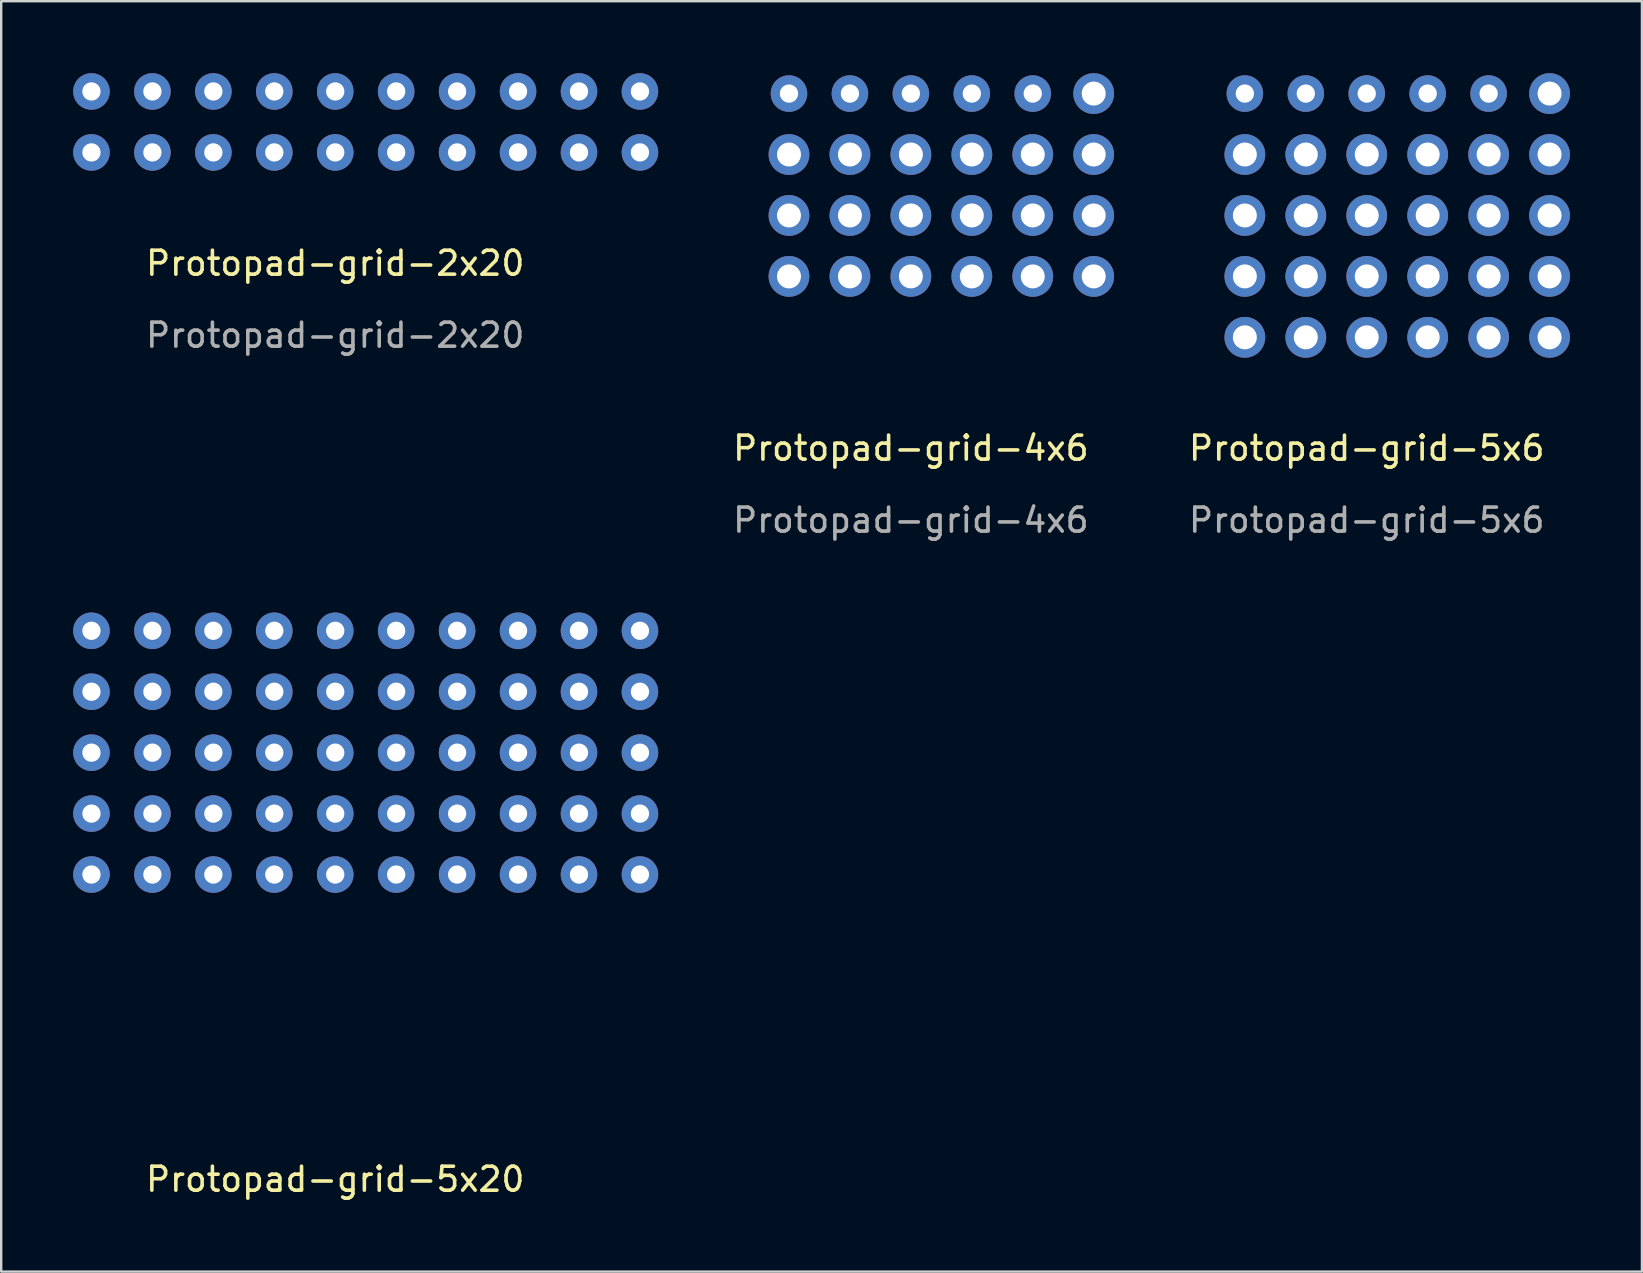
<source format=kicad_pcb>
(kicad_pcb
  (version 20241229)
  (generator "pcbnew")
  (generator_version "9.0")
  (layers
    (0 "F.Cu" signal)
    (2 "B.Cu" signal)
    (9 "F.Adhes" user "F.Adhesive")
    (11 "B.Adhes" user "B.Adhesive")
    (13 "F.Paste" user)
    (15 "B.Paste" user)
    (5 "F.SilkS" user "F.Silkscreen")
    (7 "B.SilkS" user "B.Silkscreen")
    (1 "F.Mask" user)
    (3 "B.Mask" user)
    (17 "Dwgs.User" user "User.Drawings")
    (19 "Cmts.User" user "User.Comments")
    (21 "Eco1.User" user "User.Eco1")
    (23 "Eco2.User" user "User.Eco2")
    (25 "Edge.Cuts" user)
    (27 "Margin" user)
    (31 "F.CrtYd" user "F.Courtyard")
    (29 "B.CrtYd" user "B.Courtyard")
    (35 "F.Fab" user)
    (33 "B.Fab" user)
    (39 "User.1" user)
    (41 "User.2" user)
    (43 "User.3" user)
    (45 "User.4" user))
  (footprint "Protopad-grid-4x6"
    (layer "F.Cu")
    (at 34.914 13.55)
    (property "Reference" "Protopad-grid-4x6" (at 0 2.08 0) (unlocked yes) (layer "F.SilkS") (effects (font (size 1 1) (thickness 0.15))))
    (attr through_hole)
    (fp_text user "${REFERENCE}" (at 0 5.08 0) (unlocked yes) (layer "F.Fab") (effects (font (size 1 1) (thickness 0.15))))
    (pad "1" thru_hole circle (at -5.08 -12.7) (size 1.524 1.524) (drill 0.762) (layers "*.Cu" "*.Mask"))
    (pad "2" thru_hole circle (at -2.54 -12.7) (size 1.524 1.524) (drill 0.762) (layers "*.Cu" "*.Mask"))
    (pad "3" thru_hole circle (at 0 -12.7) (size 1.524 1.524) (drill 0.762) (layers "*.Cu" "*.Mask"))
    (pad "4" thru_hole circle (at 2.54 -12.7) (size 1.524 1.524) (drill 0.762) (layers "*.Cu" "*.Mask"))
    (pad "5" thru_hole circle (at 5.08 -12.7) (size 1.524 1.524) (drill 0.762) (layers "*.Cu" "*.Mask"))
    (pad "6" thru_hole oval (at 7.62 -12.7) (size 1.7 1.7) (drill 1) (layers "*.Cu" "*.Mask"))
    (pad "7" thru_hole oval (at -5.08 -10.16) (size 1.7 1.7) (drill 1) (layers "*.Cu" "*.Mask"))
    (pad "8" thru_hole oval (at -2.54 -10.16) (size 1.7 1.7) (drill 1) (layers "*.Cu" "*.Mask"))
    (pad "9" thru_hole oval (at 0 -10.16) (size 1.7 1.7) (drill 1) (layers "*.Cu" "*.Mask"))
    (pad "10" thru_hole oval (at 2.54 -10.16) (size 1.7 1.7) (drill 1) (layers "*.Cu" "*.Mask"))
    (pad "11" thru_hole oval (at 5.08 -10.16) (size 1.7 1.7) (drill 1) (layers "*.Cu" "*.Mask"))
    (pad "12" thru_hole oval (at 7.62 -10.16) (size 1.7 1.7) (drill 1) (layers "*.Cu" "*.Mask"))
    (pad "13" thru_hole oval (at -5.08 -7.62) (size 1.7 1.7) (drill 1) (layers "*.Cu" "*.Mask"))
    (pad "14" thru_hole oval (at -2.54 -7.62) (size 1.7 1.7) (drill 1) (layers "*.Cu" "*.Mask"))
    (pad "15" thru_hole oval (at 0 -7.62) (size 1.7 1.7) (drill 1) (layers "*.Cu" "*.Mask"))
    (pad "16" thru_hole oval (at 2.54 -7.62) (size 1.7 1.7) (drill 1) (layers "*.Cu" "*.Mask"))
    (pad "17" thru_hole oval (at 5.08 -7.62) (size 1.7 1.7) (drill 1) (layers "*.Cu" "*.Mask"))
    (pad "18" thru_hole oval (at 7.62 -7.62) (size 1.7 1.7) (drill 1) (layers "*.Cu" "*.Mask"))
    (pad "19" thru_hole oval (at -5.08 -5.08) (size 1.7 1.7) (drill 1) (layers "*.Cu" "*.Mask"))
    (pad "20" thru_hole oval (at -2.54 -5.08) (size 1.7 1.7) (drill 1) (layers "*.Cu" "*.Mask"))
    (pad "21" thru_hole oval (at 0 -5.08) (size 1.7 1.7) (drill 1) (layers "*.Cu" "*.Mask"))
    (pad "22" thru_hole oval (at 2.54 -5.08) (size 1.7 1.7) (drill 1) (layers "*.Cu" "*.Mask"))
    (pad "23" thru_hole oval (at 5.08 -5.08) (size 1.7 1.7) (drill 1) (layers "*.Cu" "*.Mask"))
    (pad "24" thru_hole oval (at 7.62 -5.08) (size 1.7 1.7) (drill 1) (layers "*.Cu" "*.Mask")))
  (footprint "Protopad-grid-5x6"
    (layer "F.Cu")
    (at 53.914 13.55)
    (property "Reference" "Protopad-grid-5x6" (at 0 2.08 0) (unlocked yes) (layer "F.SilkS") (effects (font (size 1 1) (thickness 0.15))))
    (attr through_hole)
    (fp_text user "${REFERENCE}" (at 0 5.08 0) (unlocked yes) (layer "F.Fab") (effects (font (size 1 1) (thickness 0.15))))
    (pad "1" thru_hole circle (at -5.08 -12.7) (size 1.524 1.524) (drill 0.762) (layers "*.Cu" "*.Mask"))
    (pad "2" thru_hole circle (at -2.54 -12.7) (size 1.524 1.524) (drill 0.762) (layers "*.Cu" "*.Mask"))
    (pad "3" thru_hole circle (at 0 -12.7) (size 1.524 1.524) (drill 0.762) (layers "*.Cu" "*.Mask"))
    (pad "4" thru_hole circle (at 2.54 -12.7) (size 1.524 1.524) (drill 0.762) (layers "*.Cu" "*.Mask"))
    (pad "5" thru_hole circle (at 5.08 -12.7) (size 1.524 1.524) (drill 0.762) (layers "*.Cu" "*.Mask"))
    (pad "6" thru_hole oval (at 7.62 -12.7) (size 1.7 1.7) (drill 1) (layers "*.Cu" "*.Mask"))
    (pad "7" thru_hole oval (at -5.08 -10.16) (size 1.7 1.7) (drill 1) (layers "*.Cu" "*.Mask"))
    (pad "8" thru_hole oval (at -2.54 -10.16) (size 1.7 1.7) (drill 1) (layers "*.Cu" "*.Mask"))
    (pad "9" thru_hole oval (at 0 -10.16) (size 1.7 1.7) (drill 1) (layers "*.Cu" "*.Mask"))
    (pad "10" thru_hole oval (at 2.54 -10.16) (size 1.7 1.7) (drill 1) (layers "*.Cu" "*.Mask"))
    (pad "11" thru_hole oval (at 5.08 -10.16) (size 1.7 1.7) (drill 1) (layers "*.Cu" "*.Mask"))
    (pad "12" thru_hole oval (at 7.62 -10.16) (size 1.7 1.7) (drill 1) (layers "*.Cu" "*.Mask"))
    (pad "13" thru_hole oval (at -5.08 -7.62) (size 1.7 1.7) (drill 1) (layers "*.Cu" "*.Mask"))
    (pad "14" thru_hole oval (at -2.54 -7.62) (size 1.7 1.7) (drill 1) (layers "*.Cu" "*.Mask"))
    (pad "15" thru_hole oval (at 0 -7.62) (size 1.7 1.7) (drill 1) (layers "*.Cu" "*.Mask"))
    (pad "16" thru_hole oval (at 2.54 -7.62) (size 1.7 1.7) (drill 1) (layers "*.Cu" "*.Mask"))
    (pad "17" thru_hole oval (at 5.08 -7.62) (size 1.7 1.7) (drill 1) (layers "*.Cu" "*.Mask"))
    (pad "18" thru_hole oval (at 7.62 -7.62) (size 1.7 1.7) (drill 1) (layers "*.Cu" "*.Mask"))
    (pad "19" thru_hole oval (at -5.08 -5.08) (size 1.7 1.7) (drill 1) (layers "*.Cu" "*.Mask"))
    (pad "20" thru_hole oval (at -2.54 -5.08) (size 1.7 1.7) (drill 1) (layers "*.Cu" "*.Mask"))
    (pad "21" thru_hole oval (at 0 -5.08) (size 1.7 1.7) (drill 1) (layers "*.Cu" "*.Mask"))
    (pad "22" thru_hole oval (at 2.54 -5.08) (size 1.7 1.7) (drill 1) (layers "*.Cu" "*.Mask"))
    (pad "23" thru_hole oval (at 5.08 -5.08) (size 1.7 1.7) (drill 1) (layers "*.Cu" "*.Mask"))
    (pad "24" thru_hole oval (at 7.62 -5.08) (size 1.7 1.7) (drill 1) (layers "*.Cu" "*.Mask"))
    (pad "25" thru_hole oval (at -5.08 -2.54) (size 1.7 1.7) (drill 1) (layers "*.Cu" "*.Mask"))
    (pad "26" thru_hole oval (at -2.54 -2.54) (size 1.7 1.7) (drill 1) (layers "*.Cu" "*.Mask"))
    (pad "27" thru_hole oval (at 0 -2.54) (size 1.7 1.7) (drill 1) (layers "*.Cu" "*.Mask"))
    (pad "28" thru_hole oval (at 2.54 -2.54) (size 1.7 1.7) (drill 1) (layers "*.Cu" "*.Mask"))
    (pad "29" thru_hole oval (at 5.08 -2.54) (size 1.7 1.7) (drill 1) (layers "*.Cu" "*.Mask"))
    (pad "30" thru_hole oval (at 7.62 -2.54) (size 1.7 1.7) (drill 1) (layers "*.Cu" "*.Mask")))
  (footprint "Protopad-grid-2x20"
    (layer "F.Cu")
    (at 10.922 13.462)
    (property "Reference" "Protopad-grid-2x20" (at 0 -5.54 0) (unlocked yes) (layer "F.SilkS") (effects (font (size 1 1) (thickness 0.15))))
    (attr through_hole)
    (fp_text user "${REFERENCE}" (at 0 -2.54 0) (unlocked yes) (layer "F.Fab") (effects (font (size 1 1) (thickness 0.15))))
    (pad "1" thru_hole circle (at -10.16 -12.7) (size 1.524 1.524) (drill 0.762) (layers "*.Cu" "*.Mask"))
    (pad "2" thru_hole circle (at -7.62 -12.7) (size 1.524 1.524) (drill 0.762) (layers "*.Cu" "*.Mask"))
    (pad "3" thru_hole circle (at -5.08 -12.7) (size 1.524 1.524) (drill 0.762) (layers "*.Cu" "*.Mask"))
    (pad "4" thru_hole circle (at -2.54 -12.7) (size 1.524 1.524) (drill 0.762) (layers "*.Cu" "*.Mask"))
    (pad "5" thru_hole circle (at 0 -12.7) (size 1.524 1.524) (drill 0.762) (layers "*.Cu" "*.Mask"))
    (pad "6" thru_hole circle (at 2.54 -12.7) (size 1.524 1.524) (drill 0.762) (layers "*.Cu" "*.Mask"))
    (pad "7" thru_hole circle (at 5.08 -12.7) (size 1.524 1.524) (drill 0.762) (layers "*.Cu" "*.Mask"))
    (pad "8" thru_hole circle (at 7.62 -12.7) (size 1.524 1.524) (drill 0.762) (layers "*.Cu" "*.Mask"))
    (pad "9" thru_hole circle (at 10.16 -12.7) (size 1.524 1.524) (drill 0.762) (layers "*.Cu" "*.Mask"))
    (pad "10" thru_hole circle (at 12.7 -12.7) (size 1.524 1.524) (drill 0.762) (layers "*.Cu" "*.Mask"))
    (pad "11" thru_hole circle (at -10.16 -10.16) (size 1.524 1.524) (drill 0.762) (layers "*.Cu" "*.Mask"))
    (pad "12" thru_hole circle (at -7.62 -10.16) (size 1.524 1.524) (drill 0.762) (layers "*.Cu" "*.Mask"))
    (pad "13" thru_hole circle (at -5.08 -10.16) (size 1.524 1.524) (drill 0.762) (layers "*.Cu" "*.Mask"))
    (pad "14" thru_hole circle (at -2.54 -10.16) (size 1.524 1.524) (drill 0.762) (layers "*.Cu" "*.Mask"))
    (pad "15" thru_hole circle (at 0 -10.16) (size 1.524 1.524) (drill 0.762) (layers "*.Cu" "*.Mask"))
    (pad "16" thru_hole circle (at 2.54 -10.16) (size 1.524 1.524) (drill 0.762) (layers "*.Cu" "*.Mask"))
    (pad "17" thru_hole circle (at 5.08 -10.16) (size 1.524 1.524) (drill 0.762) (layers "*.Cu" "*.Mask"))
    (pad "18" thru_hole circle (at 7.62 -10.16) (size 1.524 1.524) (drill 0.762) (layers "*.Cu" "*.Mask"))
    (pad "19" thru_hole circle (at 10.16 -10.16) (size 1.524 1.524) (drill 0.762) (layers "*.Cu" "*.Mask"))
    (pad "20" thru_hole circle (at 12.7 -10.16) (size 1.524 1.524) (drill 0.762) (layers "*.Cu" "*.Mask")))
  (footprint "Protopad-grid-5x20"
    (layer "F.Cu")
    (at 10.922 35.94)
    (property "Reference" "Protopad-grid-5x20" (at 0 10.16 0) (unlocked yes) (layer "F.SilkS") (effects (font (size 1 1) (thickness 0.15))))
    (attr through_hole)
    (pad "1" thru_hole circle (at -10.16 -12.7) (size 1.524 1.524) (drill 0.762) (layers "*.Cu" "*.Mask"))
    (pad "2" thru_hole circle (at -7.62 -12.7) (size 1.524 1.524) (drill 0.762) (layers "*.Cu" "*.Mask"))
    (pad "3" thru_hole circle (at -5.08 -12.7) (size 1.524 1.524) (drill 0.762) (layers "*.Cu" "*.Mask"))
    (pad "4" thru_hole circle (at -2.54 -12.7) (size 1.524 1.524) (drill 0.762) (layers "*.Cu" "*.Mask"))
    (pad "5" thru_hole circle (at 0 -12.7) (size 1.524 1.524) (drill 0.762) (layers "*.Cu" "*.Mask"))
    (pad "6" thru_hole circle (at 2.54 -12.7) (size 1.524 1.524) (drill 0.762) (layers "*.Cu" "*.Mask"))
    (pad "7" thru_hole circle (at 5.08 -12.7) (size 1.524 1.524) (drill 0.762) (layers "*.Cu" "*.Mask"))
    (pad "8" thru_hole circle (at 7.62 -12.7) (size 1.524 1.524) (drill 0.762) (layers "*.Cu" "*.Mask"))
    (pad "9" thru_hole circle (at 10.16 -12.7) (size 1.524 1.524) (drill 0.762) (layers "*.Cu" "*.Mask"))
    (pad "10" thru_hole circle (at 12.7 -12.7) (size 1.524 1.524) (drill 0.762) (layers "*.Cu" "*.Mask"))
    (pad "11" thru_hole circle (at -10.16 -10.16) (size 1.524 1.524) (drill 0.762) (layers "*.Cu" "*.Mask"))
    (pad "12" thru_hole circle (at -7.62 -10.16) (size 1.524 1.524) (drill 0.762) (layers "*.Cu" "*.Mask"))
    (pad "13" thru_hole circle (at -5.08 -10.16) (size 1.524 1.524) (drill 0.762) (layers "*.Cu" "*.Mask"))
    (pad "14" thru_hole circle (at -2.54 -10.16) (size 1.524 1.524) (drill 0.762) (layers "*.Cu" "*.Mask"))
    (pad "15" thru_hole circle (at 0 -10.16) (size 1.524 1.524) (drill 0.762) (layers "*.Cu" "*.Mask"))
    (pad "16" thru_hole circle (at 2.54 -10.16) (size 1.524 1.524) (drill 0.762) (layers "*.Cu" "*.Mask"))
    (pad "17" thru_hole circle (at 5.08 -10.16) (size 1.524 1.524) (drill 0.762) (layers "*.Cu" "*.Mask"))
    (pad "18" thru_hole circle (at 7.62 -10.16) (size 1.524 1.524) (drill 0.762) (layers "*.Cu" "*.Mask"))
    (pad "19" thru_hole circle (at 10.16 -10.16) (size 1.524 1.524) (drill 0.762) (layers "*.Cu" "*.Mask"))
    (pad "20" thru_hole circle (at 12.7 -10.16) (size 1.524 1.524) (drill 0.762) (layers "*.Cu" "*.Mask"))
    (pad "21" thru_hole circle (at -10.16 -7.62) (size 1.524 1.524) (drill 0.762) (layers "*.Cu" "*.Mask"))
    (pad "22" thru_hole circle (at -7.62 -7.62) (size 1.524 1.524) (drill 0.762) (layers "*.Cu" "*.Mask"))
    (pad "23" thru_hole circle (at -5.08 -7.62) (size 1.524 1.524) (drill 0.762) (layers "*.Cu" "*.Mask"))
    (pad "24" thru_hole circle (at -2.54 -7.62) (size 1.524 1.524) (drill 0.762) (layers "*.Cu" "*.Mask"))
    (pad "25" thru_hole circle (at 0 -7.62) (size 1.524 1.524) (drill 0.762) (layers "*.Cu" "*.Mask"))
    (pad "26" thru_hole circle (at 2.54 -7.62) (size 1.524 1.524) (drill 0.762) (layers "*.Cu" "*.Mask"))
    (pad "27" thru_hole circle (at 5.08 -7.62) (size 1.524 1.524) (drill 0.762) (layers "*.Cu" "*.Mask"))
    (pad "28" thru_hole circle (at 7.62 -7.62) (size 1.524 1.524) (drill 0.762) (layers "*.Cu" "*.Mask"))
    (pad "29" thru_hole circle (at 10.16 -7.62) (size 1.524 1.524) (drill 0.762) (layers "*.Cu" "*.Mask"))
    (pad "30" thru_hole circle (at 12.7 -7.62) (size 1.524 1.524) (drill 0.762) (layers "*.Cu" "*.Mask"))
    (pad "31" thru_hole circle (at -10.16 -5.08) (size 1.524 1.524) (drill 0.762) (layers "*.Cu" "*.Mask"))
    (pad "32" thru_hole circle (at -7.62 -5.08) (size 1.524 1.524) (drill 0.762) (layers "*.Cu" "*.Mask"))
    (pad "33" thru_hole circle (at -5.08 -5.08) (size 1.524 1.524) (drill 0.762) (layers "*.Cu" "*.Mask"))
    (pad "34" thru_hole circle (at -2.54 -5.08) (size 1.524 1.524) (drill 0.762) (layers "*.Cu" "*.Mask"))
    (pad "35" thru_hole circle (at 0 -5.08) (size 1.524 1.524) (drill 0.762) (layers "*.Cu" "*.Mask"))
    (pad "36" thru_hole circle (at 2.54 -5.08) (size 1.524 1.524) (drill 0.762) (layers "*.Cu" "*.Mask"))
    (pad "37" thru_hole circle (at 5.08 -5.08) (size 1.524 1.524) (drill 0.762) (layers "*.Cu" "*.Mask"))
    (pad "38" thru_hole circle (at 7.62 -5.08) (size 1.524 1.524) (drill 0.762) (layers "*.Cu" "*.Mask"))
    (pad "39" thru_hole circle (at 10.16 -5.08) (size 1.524 1.524) (drill 0.762) (layers "*.Cu" "*.Mask"))
    (pad "40" thru_hole circle (at 12.7 -5.08) (size 1.524 1.524) (drill 0.762) (layers "*.Cu" "*.Mask"))
    (pad "41" thru_hole circle (at -10.16 -2.54) (size 1.524 1.524) (drill 0.762) (layers "*.Cu" "*.Mask"))
    (pad "42" thru_hole circle (at -7.62 -2.54) (size 1.524 1.524) (drill 0.762) (layers "*.Cu" "*.Mask"))
    (pad "43" thru_hole circle (at -5.08 -2.54) (size 1.524 1.524) (drill 0.762) (layers "*.Cu" "*.Mask"))
    (pad "44" thru_hole circle (at -2.54 -2.54) (size 1.524 1.524) (drill 0.762) (layers "*.Cu" "*.Mask"))
    (pad "45" thru_hole circle (at 0 -2.54) (size 1.524 1.524) (drill 0.762) (layers "*.Cu" "*.Mask"))
    (pad "46" thru_hole circle (at 2.54 -2.54) (size 1.524 1.524) (drill 0.762) (layers "*.Cu" "*.Mask"))
    (pad "47" thru_hole circle (at 5.08 -2.54) (size 1.524 1.524) (drill 0.762) (layers "*.Cu" "*.Mask"))
    (pad "48" thru_hole circle (at 7.62 -2.54) (size 1.524 1.524) (drill 0.762) (layers "*.Cu" "*.Mask"))
    (pad "49" thru_hole circle (at 10.16 -2.54) (size 1.524 1.524) (drill 0.762) (layers "*.Cu" "*.Mask"))
    (pad "50" thru_hole circle (at 12.7 -2.54) (size 1.524 1.524) (drill 0.762) (layers "*.Cu" "*.Mask")))
  (gr_rect
    (start -3 -3)
    (end 65.384 49.949)
    (stroke (width 0.1) (type default))
    (fill no)
    (layer "Edge.Cuts")))
</source>
